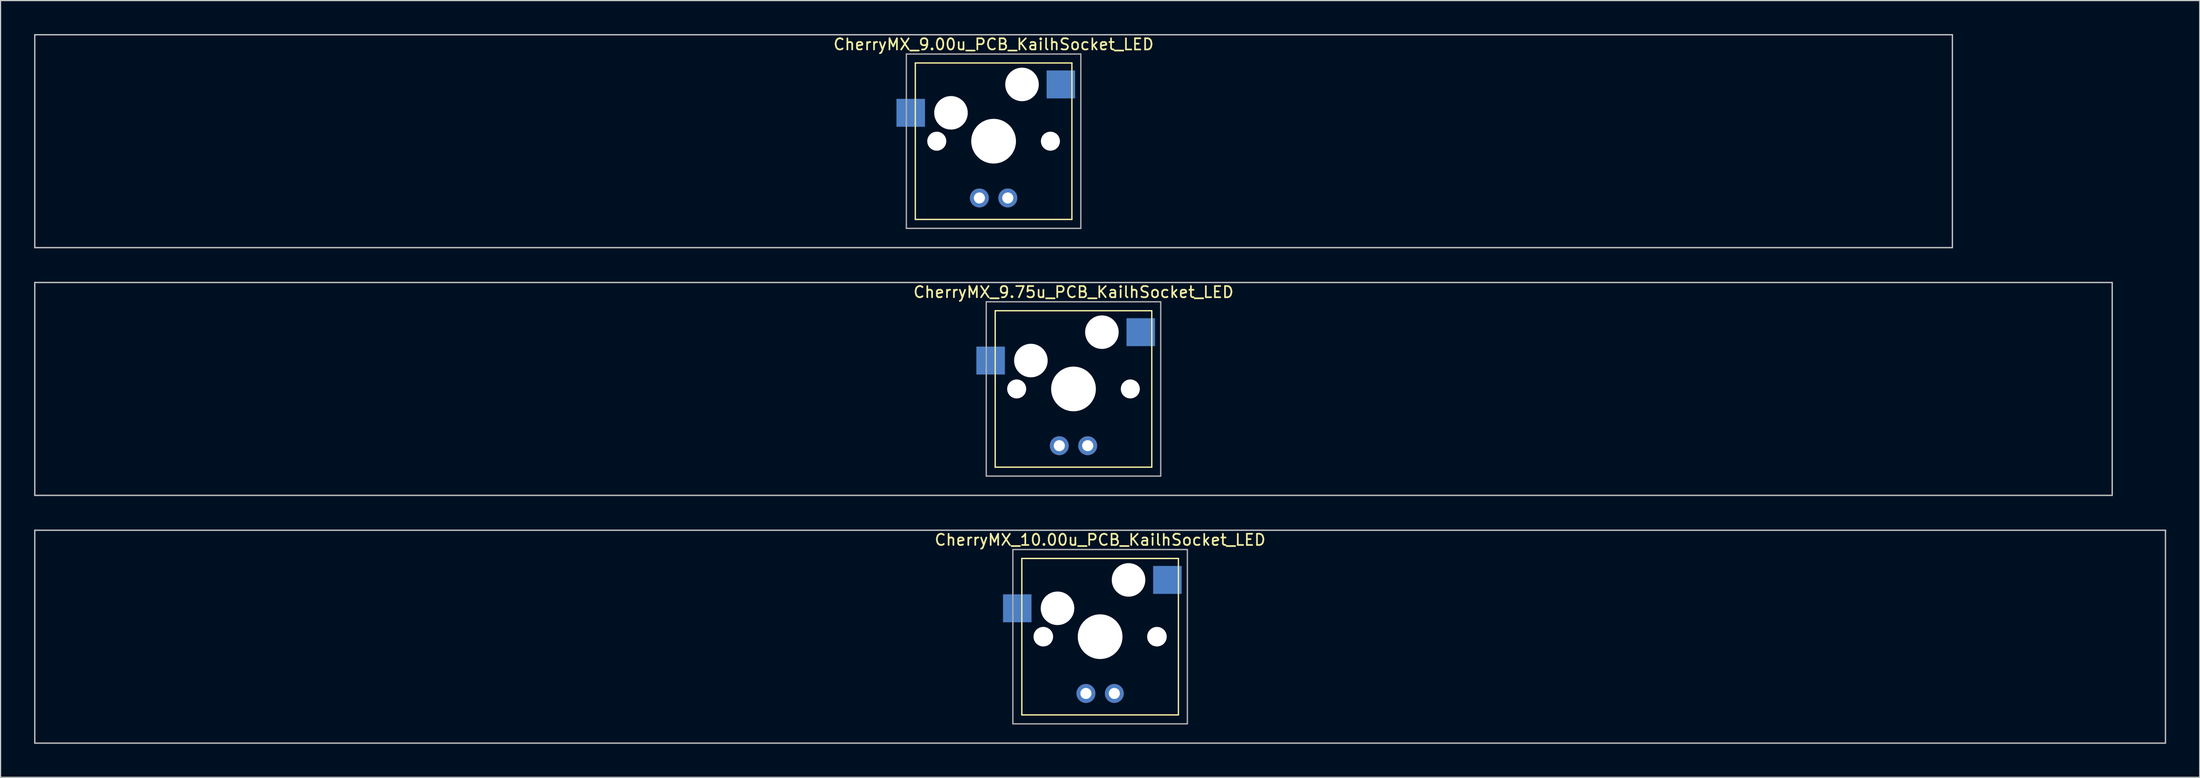
<source format=kicad_pcb>
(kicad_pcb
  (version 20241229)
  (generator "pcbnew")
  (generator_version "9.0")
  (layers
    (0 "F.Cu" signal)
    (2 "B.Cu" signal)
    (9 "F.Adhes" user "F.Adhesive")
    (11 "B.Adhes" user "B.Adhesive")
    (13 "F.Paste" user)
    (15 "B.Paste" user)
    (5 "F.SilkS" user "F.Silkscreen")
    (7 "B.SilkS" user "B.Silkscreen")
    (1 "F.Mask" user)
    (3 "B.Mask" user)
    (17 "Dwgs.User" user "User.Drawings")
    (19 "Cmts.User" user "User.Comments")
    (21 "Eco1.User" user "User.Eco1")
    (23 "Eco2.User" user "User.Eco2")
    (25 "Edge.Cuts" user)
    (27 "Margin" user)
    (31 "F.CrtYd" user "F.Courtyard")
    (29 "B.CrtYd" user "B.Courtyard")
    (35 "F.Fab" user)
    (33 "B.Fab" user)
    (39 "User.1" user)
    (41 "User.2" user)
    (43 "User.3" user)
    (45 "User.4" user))
  (footprint "CherryMX_10.00u_PCB_KailhSocket_LED"
    (layer "F.Cu")
    (at 95.31 53.925)
    (property "Reference" "CherryMX_10.00u_PCB_KailhSocket_LED" (at 0 -8.662 0) (layer "F.SilkS") (effects (font (size 1 1) (thickness 0.15))))
    (attr through_hole)
    (fp_line (start -7 -7) (end -7 7) (stroke (width 0.12) (type solid)) (layer "F.SilkS"))
    (fp_line (start -7 -7) (end 7 -7) (stroke (width 0.12) (type solid)) (layer "F.SilkS"))
    (fp_line (start 7 -7) (end 7 7) (stroke (width 0.12) (type solid)) (layer "F.SilkS"))
    (fp_line (start 7 7) (end -7 7) (stroke (width 0.12) (type solid)) (layer "F.SilkS"))
    (fp_line (start -95.25 -9.525) (end 95.25 -9.525) (stroke (width 0.12) (type solid)) (layer "Dwgs.User"))
    (fp_line (start -95.25 9.525) (end -95.25 -9.525) (stroke (width 0.12) (type solid)) (layer "Dwgs.User"))
    (fp_line (start 95.25 -9.525) (end 95.25 9.525) (stroke (width 0.12) (type solid)) (layer "Dwgs.User"))
    (fp_line (start 95.25 9.525) (end -95.25 9.525) (stroke (width 0.12) (type solid)) (layer "Dwgs.User"))
    (fp_line (start -7.8 -7.8) (end -7.8 7.8) (stroke (width 0.12) (type solid)) (layer "F.Fab"))
    (fp_line (start -7.8 -7.8) (end 7.8 -7.8) (stroke (width 0.12) (type solid)) (layer "F.Fab"))
    (fp_line (start -7.8 7.8) (end 7.8 7.8) (stroke (width 0.12) (type solid)) (layer "F.Fab"))
    (fp_line (start 7.8 -7.8) (end 7.8 7.8) (stroke (width 0.12) (type solid)) (layer "F.Fab"))
    (pad "" np_thru_hole circle (at -5.08 0) (size 1.75 1.75) (drill 1.75) (layers "*.Cu" "*.Mask"))
    (pad "" np_thru_hole circle (at -3.81 -2.54) (size 3 3) (drill 3) (layers "*.Cu" "*.Mask"))
    (pad "" np_thru_hole circle (at 0 0) (size 4 4) (drill 4) (layers "*.Cu" "*.Mask"))
    (pad "" np_thru_hole circle (at 2.54 -5.08) (size 3 3) (drill 3) (layers "*.Cu" "*.Mask"))
    (pad "" np_thru_hole circle (at 5.08 0) (size 1.75 1.75) (drill 1.75) (layers "*.Cu" "*.Mask"))
    (pad "1" smd rect (at -7.41 -2.54) (size 2.55 2.5) (layers "B.Cu" "B.Mask" "B.Paste"))
    (pad "2" smd rect (at 6.015 -5.08) (size 2.55 2.5) (layers "B.Cu" "B.Mask" "B.Paste"))
    (pad "3" thru_hole circle (at -1.27 5.08) (size 1.691 1.691) (drill 0.991) (layers "*.Cu" "*.Mask"))
    (pad "4" thru_hole circle (at 1.27 5.08) (size 1.691 1.691) (drill 0.991) (layers "*.Cu" "*.Mask")))
  (footprint "CherryMX_9.75u_PCB_KailhSocket_LED"
    (layer "F.Cu")
    (at 92.929 31.755)
    (property "Reference" "CherryMX_9.75u_PCB_KailhSocket_LED" (at 0 -8.662 0) (layer "F.SilkS") (effects (font (size 1 1) (thickness 0.15))))
    (attr through_hole)
    (fp_line (start -7 -7) (end -7 7) (stroke (width 0.12) (type solid)) (layer "F.SilkS"))
    (fp_line (start -7 -7) (end 7 -7) (stroke (width 0.12) (type solid)) (layer "F.SilkS"))
    (fp_line (start 7 -7) (end 7 7) (stroke (width 0.12) (type solid)) (layer "F.SilkS"))
    (fp_line (start 7 7) (end -7 7) (stroke (width 0.12) (type solid)) (layer "F.SilkS"))
    (fp_line (start -92.869 -9.525) (end 92.869 -9.525) (stroke (width 0.12) (type solid)) (layer "Dwgs.User"))
    (fp_line (start -92.869 9.525) (end -92.869 -9.525) (stroke (width 0.12) (type solid)) (layer "Dwgs.User"))
    (fp_line (start 92.869 -9.525) (end 92.869 9.525) (stroke (width 0.12) (type solid)) (layer "Dwgs.User"))
    (fp_line (start 92.869 9.525) (end -92.869 9.525) (stroke (width 0.12) (type solid)) (layer "Dwgs.User"))
    (fp_line (start -7.8 -7.8) (end -7.8 7.8) (stroke (width 0.12) (type solid)) (layer "F.Fab"))
    (fp_line (start -7.8 -7.8) (end 7.8 -7.8) (stroke (width 0.12) (type solid)) (layer "F.Fab"))
    (fp_line (start -7.8 7.8) (end 7.8 7.8) (stroke (width 0.12) (type solid)) (layer "F.Fab"))
    (fp_line (start 7.8 -7.8) (end 7.8 7.8) (stroke (width 0.12) (type solid)) (layer "F.Fab"))
    (pad "" np_thru_hole circle (at -5.08 0) (size 1.7 1.7) (drill 1.7) (layers "*.Cu" "*.Mask"))
    (pad "" np_thru_hole circle (at -3.81 -2.54) (size 3 3) (drill 3) (layers "*.Cu" "*.Mask"))
    (pad "" np_thru_hole circle (at 0 0) (size 4 4) (drill 4) (layers "*.Cu" "*.Mask"))
    (pad "" np_thru_hole circle (at 2.54 -5.08) (size 3 3) (drill 3) (layers "*.Cu" "*.Mask"))
    (pad "" np_thru_hole circle (at 5.08 0) (size 1.7 1.7) (drill 1.7) (layers "*.Cu" "*.Mask"))
    (pad "1" smd rect (at -7.41 -2.54) (size 2.55 2.5) (layers "B.Cu" "B.Mask" "B.Paste"))
    (pad "2" smd rect (at 6.015 -5.08) (size 2.55 2.5) (layers "B.Cu" "B.Mask" "B.Paste"))
    (pad "3" thru_hole circle (at -1.27 5.08) (size 1.691 1.691) (drill 0.991) (layers "*.Cu" "*.Mask"))
    (pad "4" thru_hole circle (at 1.27 5.08) (size 1.691 1.691) (drill 0.991) (layers "*.Cu" "*.Mask")))
  (footprint "CherryMX_9.00u_PCB_KailhSocket_LED"
    (layer "F.Cu")
    (at 85.785 9.585)
    (property "Reference" "CherryMX_9.00u_PCB_KailhSocket_LED" (at 0 -8.662 0) (layer "F.SilkS") (effects (font (size 1 1) (thickness 0.15))))
    (attr through_hole)
    (fp_line (start -7 -7) (end -7 7) (stroke (width 0.12) (type solid)) (layer "F.SilkS"))
    (fp_line (start -7 -7) (end 7 -7) (stroke (width 0.12) (type solid)) (layer "F.SilkS"))
    (fp_line (start 7 -7) (end 7 7) (stroke (width 0.12) (type solid)) (layer "F.SilkS"))
    (fp_line (start 7 7) (end -7 7) (stroke (width 0.12) (type solid)) (layer "F.SilkS"))
    (fp_line (start -85.725 -9.525) (end 85.725 -9.525) (stroke (width 0.12) (type solid)) (layer "Dwgs.User"))
    (fp_line (start -85.725 9.525) (end -85.725 -9.525) (stroke (width 0.12) (type solid)) (layer "Dwgs.User"))
    (fp_line (start 85.725 -9.525) (end 85.725 9.525) (stroke (width 0.12) (type solid)) (layer "Dwgs.User"))
    (fp_line (start 85.725 9.525) (end -85.725 9.525) (stroke (width 0.12) (type solid)) (layer "Dwgs.User"))
    (fp_line (start -7.8 -7.8) (end -7.8 7.8) (stroke (width 0.12) (type solid)) (layer "F.Fab"))
    (fp_line (start -7.8 -7.8) (end 7.8 -7.8) (stroke (width 0.12) (type solid)) (layer "F.Fab"))
    (fp_line (start -7.8 7.8) (end 7.8 7.8) (stroke (width 0.12) (type solid)) (layer "F.Fab"))
    (fp_line (start 7.8 -7.8) (end 7.8 7.8) (stroke (width 0.12) (type solid)) (layer "F.Fab"))
    (pad "" np_thru_hole circle (at -5.08 0) (size 1.7 1.7) (drill 1.7) (layers "*.Cu" "*.Mask"))
    (pad "" np_thru_hole circle (at -3.81 -2.54) (size 3 3) (drill 3) (layers "*.Cu" "*.Mask"))
    (pad "" np_thru_hole circle (at 0 0) (size 4 4) (drill 4) (layers "*.Cu" "*.Mask"))
    (pad "" np_thru_hole circle (at 2.54 -5.08) (size 3 3) (drill 3) (layers "*.Cu" "*.Mask"))
    (pad "" np_thru_hole circle (at 5.08 0) (size 1.7 1.7) (drill 1.7) (layers "*.Cu" "*.Mask"))
    (pad "1" smd rect (at -7.41 -2.54) (size 2.55 2.5) (layers "B.Cu" "B.Mask" "B.Paste"))
    (pad "2" smd rect (at 6.015 -5.08) (size 2.55 2.5) (layers "B.Cu" "B.Mask" "B.Paste"))
    (pad "3" thru_hole circle (at -1.27 5.08) (size 1.691 1.691) (drill 0.991) (layers "*.Cu" "*.Mask"))
    (pad "4" thru_hole circle (at 1.27 5.08) (size 1.691 1.691) (drill 0.991) (layers "*.Cu" "*.Mask")))
  (gr_rect
    (start -3 -3)
    (end 193.62 66.51)
    (stroke (width 0.1) (type default))
    (fill no)
    (layer "Edge.Cuts")))
</source>
